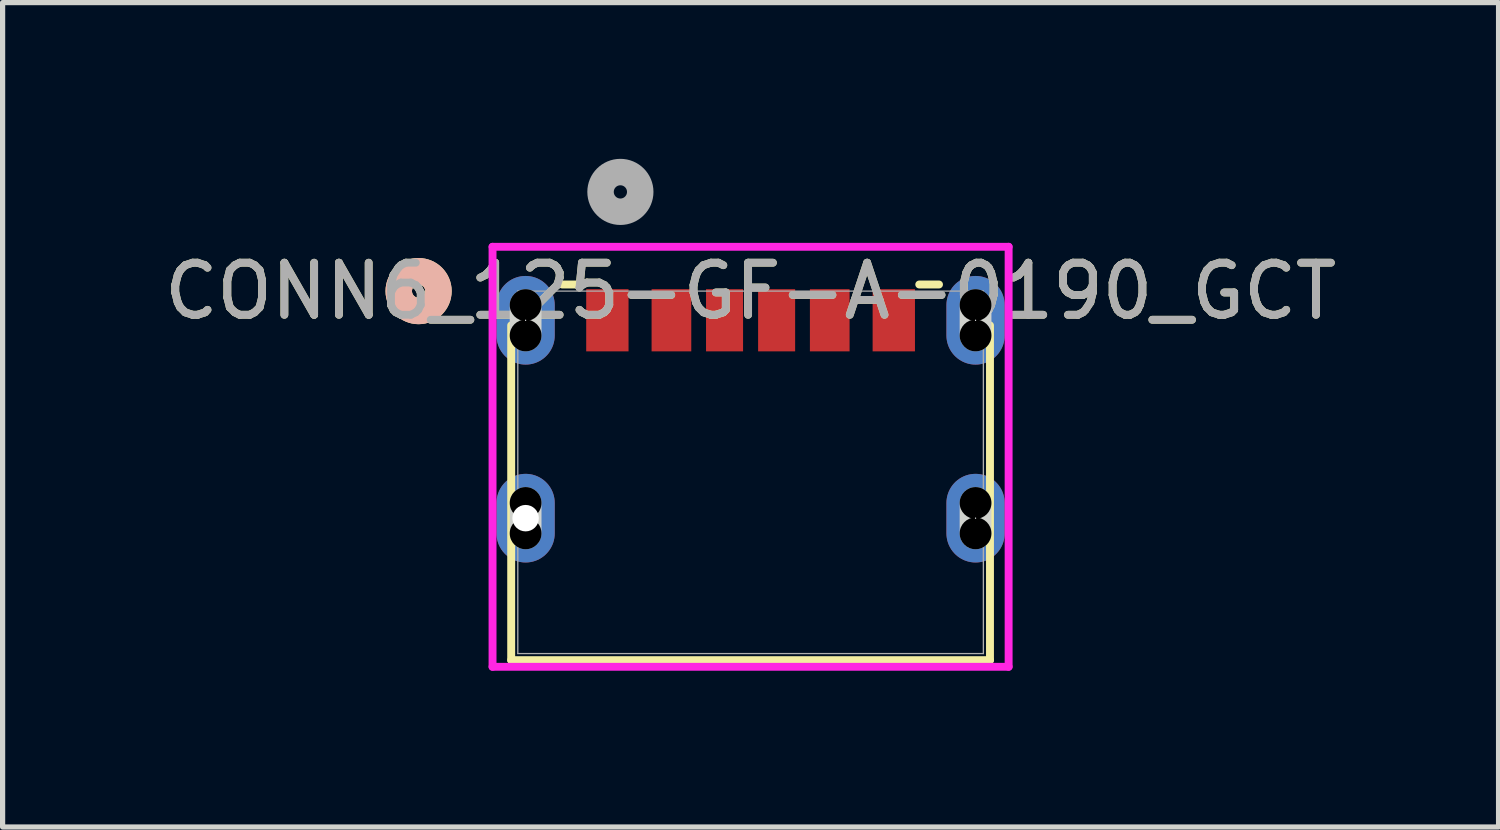
<source format=kicad_pcb>
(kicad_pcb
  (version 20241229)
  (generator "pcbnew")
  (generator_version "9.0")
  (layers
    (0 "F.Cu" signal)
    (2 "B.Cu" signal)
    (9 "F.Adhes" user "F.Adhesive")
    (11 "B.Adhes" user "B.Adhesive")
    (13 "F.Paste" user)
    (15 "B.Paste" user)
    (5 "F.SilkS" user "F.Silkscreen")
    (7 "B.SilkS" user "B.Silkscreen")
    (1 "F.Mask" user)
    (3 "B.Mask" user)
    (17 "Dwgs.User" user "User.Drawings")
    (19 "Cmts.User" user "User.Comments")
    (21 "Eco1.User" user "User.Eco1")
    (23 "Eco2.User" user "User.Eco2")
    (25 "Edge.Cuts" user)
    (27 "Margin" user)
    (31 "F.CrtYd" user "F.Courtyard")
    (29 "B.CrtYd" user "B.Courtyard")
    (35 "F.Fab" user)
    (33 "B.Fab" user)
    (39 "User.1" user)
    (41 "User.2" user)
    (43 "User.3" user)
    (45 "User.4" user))
  (footprint "CONN6_125-GF-A-0190_GCT"
    (layer "F.Cu")
    (at 8.613 3.1)
    (property "Reference" "CONN6_125-GF-A-0190_GCT" (at 2.75 -0.56 0) (unlocked yes) (layer "F.SilkS") (effects (font (size 1 1) (thickness 0.15))))
    (attr smd)
    (fp_line (start -1.847 0.098) (end -1.847 6.527) (stroke (width 0.152) (type solid)) (layer "F.SilkS"))
    (fp_line (start -1.847 6.527) (end 7.347 6.527) (stroke (width 0.152) (type solid)) (layer "F.SilkS"))
    (fp_line (start -0.489 -0.687) (end -0.868 -0.687) (stroke (width 0.152) (type solid)) (layer "F.SilkS"))
    (fp_line (start 6.368 -0.687) (end 5.989 -0.687) (stroke (width 0.152) (type solid)) (layer "F.SilkS"))
    (fp_line (start 7.347 6.527) (end 7.347 0.098) (stroke (width 0.152) (type solid)) (layer "F.SilkS"))
    (fp_circle (center -3.625 -0.56) (end -3.244 -0.56) (stroke (width 0.508) (type solid)) (fill no) (layer "F.SilkS"))
    (fp_circle (center -3.625 -0.56) (end -3.244 -0.56) (stroke (width 0.508) (type solid)) (fill no) (layer "B.SilkS"))
    (fp_line (start -1.57 0.292) (end -1.57 -0.292) (stroke (width 0.61) (type solid)) (layer "Edge.Cuts"))
    (fp_line (start -1.57 4.092) (end -1.57 3.508) (stroke (width 0.61) (type solid)) (layer "Edge.Cuts"))
    (fp_line (start 7.07 0.292) (end 7.07 -0.292) (stroke (width 0.61) (type solid)) (layer "Edge.Cuts"))
    (fp_line (start 7.07 4.092) (end 7.07 3.508) (stroke (width 0.61) (type solid)) (layer "Edge.Cuts"))
    (fp_line (start -2.205 -1.411) (end -2.205 6.654) (stroke (width 0.152) (type solid)) (layer "F.CrtYd"))
    (fp_line (start -2.205 6.654) (end 7.705 6.654) (stroke (width 0.152) (type solid)) (layer "F.CrtYd"))
    (fp_line (start 7.705 -1.411) (end -2.205 -1.411) (stroke (width 0.152) (type solid)) (layer "F.CrtYd"))
    (fp_line (start 7.705 6.654) (end 7.705 -1.411) (stroke (width 0.152) (type solid)) (layer "F.CrtYd"))
    (fp_line (start -1.72 -0.56) (end -1.72 6.4) (stroke (width 0.025) (type solid)) (layer "F.Fab"))
    (fp_line (start -1.72 6.4) (end 7.22 6.4) (stroke (width 0.025) (type solid)) (layer "F.Fab"))
    (fp_line (start 7.22 -0.56) (end -1.72 -0.56) (stroke (width 0.025) (type solid)) (layer "F.Fab"))
    (fp_line (start 7.22 6.4) (end 7.22 -0.56) (stroke (width 0.025) (type solid)) (layer "F.Fab"))
    (fp_circle (center 0.25 -2.465) (end 0.631 -2.465) (stroke (width 0.508) (type solid)) (fill no) (layer "F.Fab"))
    (fp_text user "${REFERENCE}" (at 2.75 -0.56 0) (unlocked yes) (layer "F.Fab") (effects (font (size 1 1) (thickness 0.15))))
    (pad "" np_thru_hole circle (at -1.57 -0.292) (size 0.61 0.61) (drill 0.61) (layers))
    (pad "" np_thru_hole circle (at -1.57 0.292) (size 0.61 0.61) (drill 0.61) (layers))
    (pad "" np_thru_hole circle (at -1.57 3.508) (size 0.61 0.61) (drill 0.61) (layers))
    (pad "" np_thru_hole circle (at -1.57 4.092) (size 0.61 0.61) (drill 0.61) (layers))
    (pad "" np_thru_hole circle (at 7.07 -0.292) (size 0.61 0.61) (drill 0.61) (layers))
    (pad "" np_thru_hole circle (at 7.07 0.292) (size 0.61 0.61) (drill 0.61) (layers))
    (pad "" np_thru_hole circle (at 7.07 3.508) (size 0.61 0.61) (drill 0.61) (layers))
    (pad "" np_thru_hole circle (at 7.07 4.092) (size 0.61 0.61) (drill 0.61) (layers))
    (pad "1" smd rect (at 0 0) (size 0.813 1.194) (layers "F.Cu" "F.Mask" "F.Paste"))
    (pad "2" smd rect (at 1.23 0) (size 0.762 1.194) (layers "F.Cu" "F.Mask" "F.Paste"))
    (pad "3" smd rect (at 2.25 0) (size 0.711 1.194) (layers "F.Cu" "F.Mask" "F.Paste"))
    (pad "4" smd rect (at 3.25 0) (size 0.711 1.194) (layers "F.Cu" "F.Mask" "F.Paste"))
    (pad "5" smd rect (at 4.27 0) (size 0.762 1.194) (layers "F.Cu" "F.Mask" "F.Paste"))
    (pad "6" smd rect (at 5.5 0) (size 0.813 1.194) (layers "F.Cu" "F.Mask" "F.Paste"))
    (pad "7" thru_hole oval (at -1.57 0 90) (size 1.702 1.118) (drill 0.025) (layers "*.Cu" "*.Mask"))
    (pad "8" thru_hole oval (at -1.57 3.8 90) (size 1.702 1.118) (drill 0.025) (layers "*.Cu" "*.Mask"))
    (pad "9" thru_hole oval (at 7.07 0 90) (size 1.702 1.118) (drill 0.025) (layers "*.Cu" "*.Mask"))
    (pad "10" thru_hole oval (at 7.07 3.8 90) (size 1.702 1.118) (drill 0.025) (layers "*.Cu" "*.Mask"))
    (pad "13" thru_hole circle (at -1.57 3.8) (size 0.762 0.762) (drill 0.508) (layers "*.Cu" "*.Mask")))
  (gr_rect
    (start -3 -3)
    (end 25.726 12.83)
    (stroke (width 0.1) (type default))
    (fill no)
    (layer "Edge.Cuts")))
</source>
